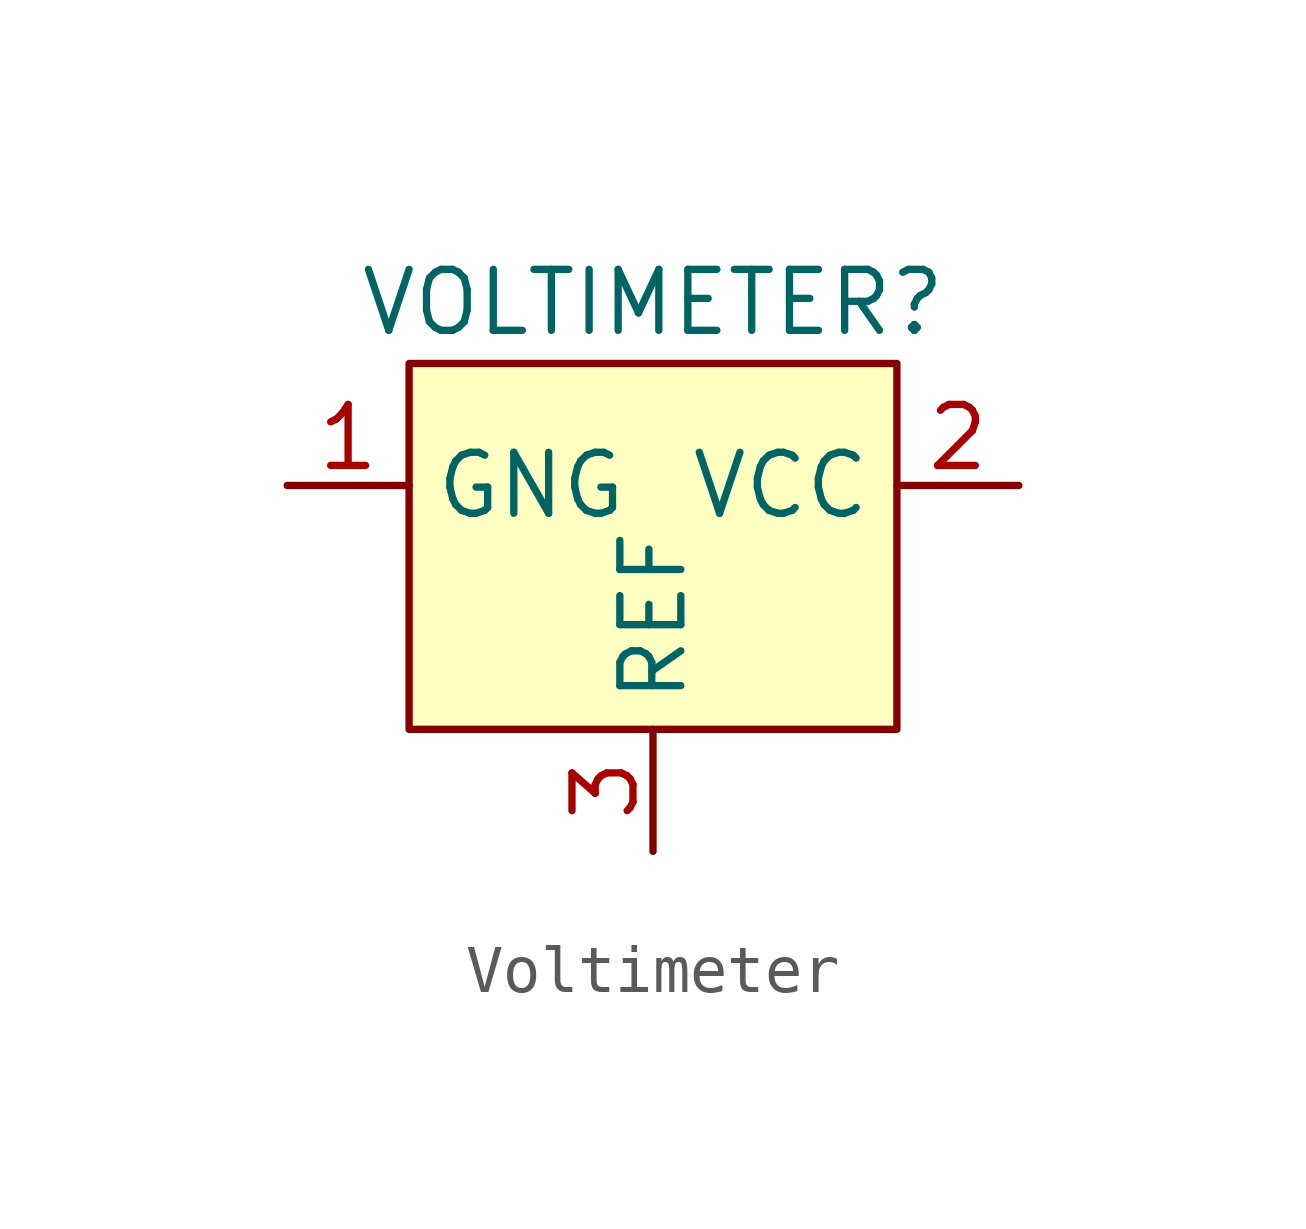
<source format=kicad_sym>
(kicad_symbol_lib
  (version 20231120)
  (generator "kicad_symbol_editor")
  (generator_version "8.0")
  (symbol "Voltimeter"
    (property "Reference" "VOLTIMETER"
      (at 0 0 0)
      (effects (font (size 1.27 1.27))))
    (property "Value" ""
      (at 0 0 0)
      (effects (font (size 1.27 1.27))))
    (symbol "Voltimeter_1_1"
      (rectangle (start -5.08 -1.27) (end 5.08 -8.89) (stroke (width 0) (type default)) (fill (type background)))
      (pin input line (at -7.62 -3.81 0) (length 2.54) (name "GNG" (effects (font (size 1.27 1.27)))) (number "1" (effects (font (size 1.27 1.27)))))
      (pin input line (at 7.62 -3.81 180) (length 2.54) (name "VCC" (effects (font (size 1.27 1.27)))) (number "2" (effects (font (size 1.27 1.27)))))
      (pin input line (at 0 -11.43 90) (length 2.54) (name "REF" (effects (font (size 1.27 1.27)))) (number "3" (effects (font (size 1.27 1.27))))))))
</source>
